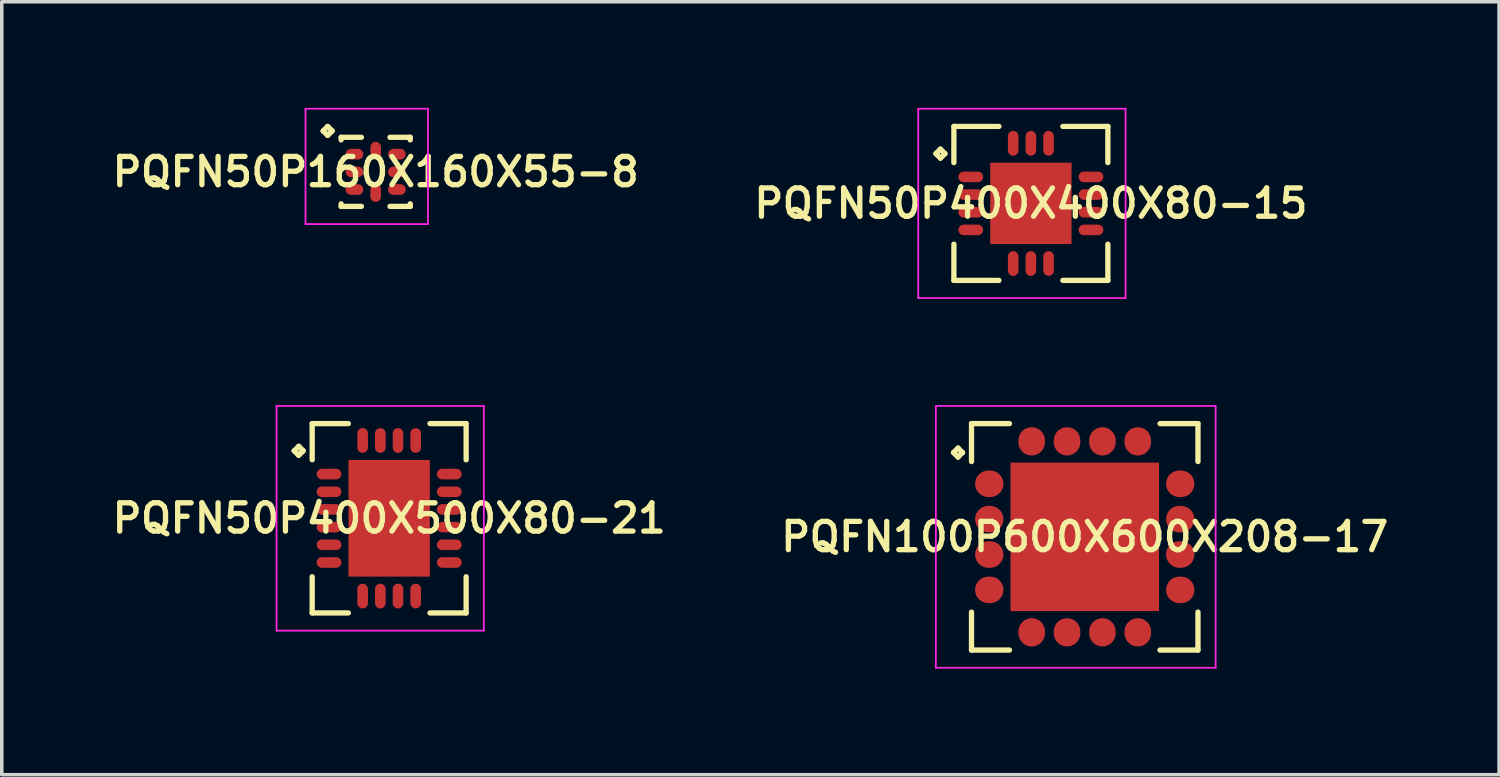
<source format=kicad_pcb>
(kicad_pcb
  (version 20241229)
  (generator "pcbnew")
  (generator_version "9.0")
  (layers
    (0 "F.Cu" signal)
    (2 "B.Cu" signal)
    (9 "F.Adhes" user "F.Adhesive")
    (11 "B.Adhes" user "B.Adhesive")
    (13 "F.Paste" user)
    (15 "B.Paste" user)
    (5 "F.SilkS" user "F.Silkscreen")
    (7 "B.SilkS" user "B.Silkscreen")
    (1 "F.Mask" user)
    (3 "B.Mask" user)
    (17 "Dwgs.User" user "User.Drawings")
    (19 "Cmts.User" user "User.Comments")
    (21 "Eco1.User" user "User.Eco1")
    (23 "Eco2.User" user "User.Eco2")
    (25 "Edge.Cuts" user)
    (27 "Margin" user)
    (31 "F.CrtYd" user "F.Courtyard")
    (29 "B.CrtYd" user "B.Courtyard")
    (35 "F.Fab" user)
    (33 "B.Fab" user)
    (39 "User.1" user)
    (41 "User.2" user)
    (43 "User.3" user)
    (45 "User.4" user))
  (footprint "PQFN50P400X500X80-21"
    (layer "F.Cu")
    (at 7.955 11.606)
    (property "Reference" "PQFN50P400X500X80-21" (at 0 0 0) (layer "F.SilkS") (effects (font (size 0.8 0.8) (thickness 0.15))))
    (attr smd)
    (fp_line (start -2.685 -1.908) (end -2.558 -2.035) (stroke (width 0.15) (type solid)) (layer "F.SilkS"))
    (fp_line (start -2.558 -2.035) (end -2.431 -1.908) (stroke (width 0.15) (type solid)) (layer "F.SilkS"))
    (fp_line (start -2.558 -1.781) (end -2.685 -1.908) (stroke (width 0.15) (type solid)) (layer "F.SilkS"))
    (fp_line (start -2.431 -1.908) (end -2.558 -1.781) (stroke (width 0.15) (type solid)) (layer "F.SilkS"))
    (fp_line (start -2.177 -2.677) (end -1.154 -2.677) (stroke (width 0.15) (type solid)) (layer "F.SilkS"))
    (fp_line (start -2.177 -1.654) (end -2.177 -2.677) (stroke (width 0.15) (type solid)) (layer "F.SilkS"))
    (fp_line (start -2.177 1.654) (end -2.177 2.677) (stroke (width 0.15) (type solid)) (layer "F.SilkS"))
    (fp_line (start -2.177 2.677) (end -1.154 2.677) (stroke (width 0.15) (type solid)) (layer "F.SilkS"))
    (fp_line (start 1.154 -2.677) (end 2.177 -2.677) (stroke (width 0.15) (type solid)) (layer "F.SilkS"))
    (fp_line (start 1.154 2.677) (end 2.177 2.677) (stroke (width 0.15) (type solid)) (layer "F.SilkS"))
    (fp_line (start 2.177 -2.677) (end 2.177 -1.654) (stroke (width 0.15) (type solid)) (layer "F.SilkS"))
    (fp_line (start 2.177 2.677) (end 2.177 1.654) (stroke (width 0.15) (type solid)) (layer "F.SilkS"))
    (fp_line (start -3.185 -3.177) (end 2.677 -3.177) (stroke (width 0.05) (type solid)) (layer "F.CrtYd"))
    (fp_line (start -3.185 3.177) (end -3.185 -3.177) (stroke (width 0.05) (type solid)) (layer "F.CrtYd"))
    (fp_line (start 2.677 -3.177) (end 2.677 3.177) (stroke (width 0.05) (type solid)) (layer "F.CrtYd"))
    (fp_line (start 2.677 3.177) (end -3.185 3.177) (stroke (width 0.05) (type solid)) (layer "F.CrtYd"))
    (pad "1" smd oval (at -1.7 -1.25) (size 0.7 0.3) (layers "F.Cu" "F.Mask" "F.Paste"))
    (pad "2" smd oval (at -1.7 -0.75) (size 0.7 0.3) (layers "F.Cu" "F.Mask" "F.Paste"))
    (pad "3" smd oval (at -1.7 -0.25) (size 0.7 0.3) (layers "F.Cu" "F.Mask" "F.Paste"))
    (pad "4" smd oval (at -1.7 0.25) (size 0.7 0.3) (layers "F.Cu" "F.Mask" "F.Paste"))
    (pad "5" smd oval (at -1.7 0.75) (size 0.7 0.3) (layers "F.Cu" "F.Mask" "F.Paste"))
    (pad "6" smd oval (at -1.7 1.25) (size 0.7 0.3) (layers "F.Cu" "F.Mask" "F.Paste"))
    (pad "7" smd oval (at -0.75 2.2) (size 0.3 0.7) (layers "F.Cu" "F.Mask" "F.Paste"))
    (pad "8" smd oval (at -0.25 2.2) (size 0.3 0.7) (layers "F.Cu" "F.Mask" "F.Paste"))
    (pad "9" smd oval (at 0.25 2.2) (size 0.3 0.7) (layers "F.Cu" "F.Mask" "F.Paste"))
    (pad "10" smd oval (at 0.75 2.2) (size 0.3 0.7) (layers "F.Cu" "F.Mask" "F.Paste"))
    (pad "11" smd oval (at 1.7 1.25) (size 0.7 0.3) (layers "F.Cu" "F.Mask" "F.Paste"))
    (pad "12" smd oval (at 1.7 0.75) (size 0.7 0.3) (layers "F.Cu" "F.Mask" "F.Paste"))
    (pad "13" smd oval (at 1.7 0.25) (size 0.7 0.3) (layers "F.Cu" "F.Mask" "F.Paste"))
    (pad "14" smd oval (at 1.7 -0.25) (size 0.7 0.3) (layers "F.Cu" "F.Mask" "F.Paste"))
    (pad "15" smd oval (at 1.7 -0.75) (size 0.7 0.3) (layers "F.Cu" "F.Mask" "F.Paste"))
    (pad "16" smd oval (at 1.7 -1.25) (size 0.7 0.3) (layers "F.Cu" "F.Mask" "F.Paste"))
    (pad "17" smd oval (at 0.75 -2.2) (size 0.3 0.7) (layers "F.Cu" "F.Mask" "F.Paste"))
    (pad "18" smd oval (at 0.25 -2.2) (size 0.3 0.7) (layers "F.Cu" "F.Mask" "F.Paste"))
    (pad "19" smd oval (at -0.25 -2.2) (size 0.3 0.7) (layers "F.Cu" "F.Mask" "F.Paste"))
    (pad "20" smd oval (at -0.75 -2.2) (size 0.3 0.7) (layers "F.Cu" "F.Mask" "F.Paste"))
    (pad "21" smd rect (at 0 0) (size 2.3 3.3) (layers "F.Cu" "F.Mask" "F.Paste")))
  (footprint "PQFN50P400X400X80-15"
    (layer "F.Cu")
    (at 26.102 2.702)
    (property "Reference" "PQFN50P400X400X80-15" (at 0 0 0) (layer "F.SilkS") (effects (font (size 0.8 0.8) (thickness 0.15))))
    (attr smd)
    (fp_line (start -2.685 -1.408) (end -2.558 -1.535) (stroke (width 0.15) (type solid)) (layer "F.SilkS"))
    (fp_line (start -2.558 -1.535) (end -2.431 -1.408) (stroke (width 0.15) (type solid)) (layer "F.SilkS"))
    (fp_line (start -2.558 -1.281) (end -2.685 -1.408) (stroke (width 0.15) (type solid)) (layer "F.SilkS"))
    (fp_line (start -2.431 -1.408) (end -2.558 -1.281) (stroke (width 0.15) (type solid)) (layer "F.SilkS"))
    (fp_line (start -2.177 -2.177) (end -0.904 -2.177) (stroke (width 0.15) (type solid)) (layer "F.SilkS"))
    (fp_line (start -2.177 -1.154) (end -2.177 -2.177) (stroke (width 0.15) (type solid)) (layer "F.SilkS"))
    (fp_line (start -2.177 1.154) (end -2.177 2.177) (stroke (width 0.15) (type solid)) (layer "F.SilkS"))
    (fp_line (start -2.177 2.177) (end -0.904 2.177) (stroke (width 0.15) (type solid)) (layer "F.SilkS"))
    (fp_line (start 0.904 -2.177) (end 2.177 -2.177) (stroke (width 0.15) (type solid)) (layer "F.SilkS"))
    (fp_line (start 0.904 2.177) (end 2.177 2.177) (stroke (width 0.15) (type solid)) (layer "F.SilkS"))
    (fp_line (start 2.177 -2.177) (end 2.177 -1.154) (stroke (width 0.15) (type solid)) (layer "F.SilkS"))
    (fp_line (start 2.177 2.177) (end 2.177 1.154) (stroke (width 0.15) (type solid)) (layer "F.SilkS"))
    (fp_line (start -3.185 -2.677) (end 2.677 -2.677) (stroke (width 0.05) (type solid)) (layer "F.CrtYd"))
    (fp_line (start -3.185 2.677) (end -3.185 -2.677) (stroke (width 0.05) (type solid)) (layer "F.CrtYd"))
    (fp_line (start 2.677 -2.677) (end 2.677 2.677) (stroke (width 0.05) (type solid)) (layer "F.CrtYd"))
    (fp_line (start 2.677 2.677) (end -3.185 2.677) (stroke (width 0.05) (type solid)) (layer "F.CrtYd"))
    (pad "1" smd oval (at -1.7 -0.75) (size 0.7 0.3) (layers "F.Cu" "F.Mask" "F.Paste"))
    (pad "2" smd oval (at -1.7 -0.25) (size 0.7 0.3) (layers "F.Cu" "F.Mask" "F.Paste"))
    (pad "3" smd oval (at -1.7 0.25) (size 0.7 0.3) (layers "F.Cu" "F.Mask" "F.Paste"))
    (pad "4" smd oval (at -1.7 0.75) (size 0.7 0.3) (layers "F.Cu" "F.Mask" "F.Paste"))
    (pad "5" smd oval (at -0.5 1.7) (size 0.3 0.7) (layers "F.Cu" "F.Mask" "F.Paste"))
    (pad "6" smd oval (at 0 1.7) (size 0.3 0.7) (layers "F.Cu" "F.Mask" "F.Paste"))
    (pad "7" smd oval (at 0.5 1.7) (size 0.3 0.7) (layers "F.Cu" "F.Mask" "F.Paste"))
    (pad "8" smd oval (at 1.7 0.75) (size 0.7 0.3) (layers "F.Cu" "F.Mask" "F.Paste"))
    (pad "9" smd oval (at 1.7 0.25) (size 0.7 0.3) (layers "F.Cu" "F.Mask" "F.Paste"))
    (pad "10" smd oval (at 1.7 -0.25) (size 0.7 0.3) (layers "F.Cu" "F.Mask" "F.Paste"))
    (pad "11" smd oval (at 1.7 -0.75) (size 0.7 0.3) (layers "F.Cu" "F.Mask" "F.Paste"))
    (pad "12" smd oval (at 0.5 -1.7) (size 0.3 0.7) (layers "F.Cu" "F.Mask" "F.Paste"))
    (pad "13" smd oval (at 0 -1.7) (size 0.3 0.7) (layers "F.Cu" "F.Mask" "F.Paste"))
    (pad "14" smd oval (at -0.5 -1.7) (size 0.3 0.7) (layers "F.Cu" "F.Mask" "F.Paste"))
    (pad "15" smd rect (at 0 0) (size 2.3 2.3) (layers "F.Cu" "F.Mask" "F.Paste")))
  (footprint "PQFN50P160X160X55-8"
    (layer "F.Cu")
    (at 7.574 1.81)
    (property "Reference" "PQFN50P160X160X55-8" (at 0 0 0) (layer "F.SilkS") (effects (font (size 0.8 0.8) (thickness 0.15))))
    (attr smd)
    (fp_line (start -1.485 -1.158) (end -1.358 -1.285) (stroke (width 0.15) (type solid)) (layer "F.SilkS"))
    (fp_line (start -1.358 -1.285) (end -1.231 -1.158) (stroke (width 0.15) (type solid)) (layer "F.SilkS"))
    (fp_line (start -1.358 -1.031) (end -1.485 -1.158) (stroke (width 0.15) (type solid)) (layer "F.SilkS"))
    (fp_line (start -1.231 -1.158) (end -1.358 -1.031) (stroke (width 0.15) (type solid)) (layer "F.SilkS"))
    (fp_line (start -0.977 -0.977) (end -0.404 -0.977) (stroke (width 0.15) (type solid)) (layer "F.SilkS"))
    (fp_line (start -0.977 -0.904) (end -0.977 -0.977) (stroke (width 0.15) (type solid)) (layer "F.SilkS"))
    (fp_line (start -0.977 0.904) (end -0.977 0.977) (stroke (width 0.15) (type solid)) (layer "F.SilkS"))
    (fp_line (start -0.977 0.977) (end -0.404 0.977) (stroke (width 0.15) (type solid)) (layer "F.SilkS"))
    (fp_line (start 0.404 -0.977) (end 0.977 -0.977) (stroke (width 0.15) (type solid)) (layer "F.SilkS"))
    (fp_line (start 0.404 0.977) (end 0.977 0.977) (stroke (width 0.15) (type solid)) (layer "F.SilkS"))
    (fp_line (start 0.977 -0.977) (end 0.977 -0.904) (stroke (width 0.15) (type solid)) (layer "F.SilkS"))
    (fp_line (start 0.977 0.977) (end 0.977 0.904) (stroke (width 0.15) (type solid)) (layer "F.SilkS"))
    (fp_line (start -1.985 -1.785) (end 1.477 -1.785) (stroke (width 0.05) (type solid)) (layer "F.CrtYd"))
    (fp_line (start -1.985 1.477) (end -1.985 -1.785) (stroke (width 0.05) (type solid)) (layer "F.CrtYd"))
    (fp_line (start 1.477 -1.785) (end 1.477 1.477) (stroke (width 0.05) (type solid)) (layer "F.CrtYd"))
    (fp_line (start 1.477 1.477) (end -1.985 1.477) (stroke (width 0.05) (type solid)) (layer "F.CrtYd"))
    (pad "1" smd oval (at -0.6 -0.5) (size 0.5 0.3) (layers "F.Cu" "F.Mask" "F.Paste"))
    (pad "2" smd oval (at -0.6 0) (size 0.5 0.3) (layers "F.Cu" "F.Mask" "F.Paste"))
    (pad "3" smd oval (at -0.6 0.5) (size 0.5 0.3) (layers "F.Cu" "F.Mask" "F.Paste"))
    (pad "4" smd oval (at 0 0.6) (size 0.3 0.5) (layers "F.Cu" "F.Mask" "F.Paste"))
    (pad "5" smd oval (at 0.6 0.5) (size 0.5 0.3) (layers "F.Cu" "F.Mask" "F.Paste"))
    (pad "6" smd oval (at 0.6 0) (size 0.5 0.3) (layers "F.Cu" "F.Mask" "F.Paste"))
    (pad "7" smd oval (at 0.6 -0.5) (size 0.5 0.3) (layers "F.Cu" "F.Mask" "F.Paste"))
    (pad "8" smd oval (at 0 -0.6) (size 0.3 0.5) (layers "F.Cu" "F.Mask" "F.Paste")))
  (footprint "PQFN100P600X600X208-17"
    (layer "F.Cu")
    (at 27.625 12.131)
    (property "Reference" "PQFN100P600X600X208-17" (at 0 0 0) (layer "F.SilkS") (effects (font (size 0.8 0.8) (thickness 0.15))))
    (attr smd)
    (fp_line (start -3.71 -2.383) (end -3.583 -2.51) (stroke (width 0.15) (type solid)) (layer "F.SilkS"))
    (fp_line (start -3.583 -2.51) (end -3.456 -2.383) (stroke (width 0.15) (type solid)) (layer "F.SilkS"))
    (fp_line (start -3.583 -2.256) (end -3.71 -2.383) (stroke (width 0.15) (type solid)) (layer "F.SilkS"))
    (fp_line (start -3.456 -2.383) (end -3.583 -2.256) (stroke (width 0.15) (type solid)) (layer "F.SilkS"))
    (fp_line (start -3.202 -3.202) (end -2.129 -3.202) (stroke (width 0.15) (type solid)) (layer "F.SilkS"))
    (fp_line (start -3.202 -2.129) (end -3.202 -3.202) (stroke (width 0.15) (type solid)) (layer "F.SilkS"))
    (fp_line (start -3.202 2.129) (end -3.202 3.202) (stroke (width 0.15) (type solid)) (layer "F.SilkS"))
    (fp_line (start -3.202 3.202) (end -2.129 3.202) (stroke (width 0.15) (type solid)) (layer "F.SilkS"))
    (fp_line (start 2.129 -3.202) (end 3.202 -3.202) (stroke (width 0.15) (type solid)) (layer "F.SilkS"))
    (fp_line (start 2.129 3.202) (end 3.202 3.202) (stroke (width 0.15) (type solid)) (layer "F.SilkS"))
    (fp_line (start 3.202 -3.202) (end 3.202 -2.129) (stroke (width 0.15) (type solid)) (layer "F.SilkS"))
    (fp_line (start 3.202 3.202) (end 3.202 2.129) (stroke (width 0.15) (type solid)) (layer "F.SilkS"))
    (fp_line (start -4.21 -3.702) (end 3.702 -3.702) (stroke (width 0.05) (type solid)) (layer "F.CrtYd"))
    (fp_line (start -4.21 3.702) (end -4.21 -3.702) (stroke (width 0.05) (type solid)) (layer "F.CrtYd"))
    (fp_line (start 3.702 -3.702) (end 3.702 3.702) (stroke (width 0.05) (type solid)) (layer "F.CrtYd"))
    (fp_line (start 3.702 3.702) (end -4.21 3.702) (stroke (width 0.05) (type solid)) (layer "F.CrtYd"))
    (pad "1" smd oval (at -2.7 -1.5) (size 0.8 0.75) (layers "F.Cu" "F.Mask" "F.Paste"))
    (pad "2" smd oval (at -2.7 -0.5) (size 0.8 0.75) (layers "F.Cu" "F.Mask" "F.Paste"))
    (pad "3" smd oval (at -2.7 0.5) (size 0.8 0.75) (layers "F.Cu" "F.Mask" "F.Paste"))
    (pad "4" smd oval (at -2.7 1.5) (size 0.8 0.75) (layers "F.Cu" "F.Mask" "F.Paste"))
    (pad "5" smd oval (at -1.5 2.7) (size 0.75 0.8) (layers "F.Cu" "F.Mask" "F.Paste"))
    (pad "6" smd oval (at -0.5 2.7) (size 0.75 0.8) (layers "F.Cu" "F.Mask" "F.Paste"))
    (pad "7" smd oval (at 0.5 2.7) (size 0.75 0.8) (layers "F.Cu" "F.Mask" "F.Paste"))
    (pad "8" smd oval (at 1.5 2.7) (size 0.75 0.8) (layers "F.Cu" "F.Mask" "F.Paste"))
    (pad "9" smd oval (at 2.7 1.5) (size 0.8 0.75) (layers "F.Cu" "F.Mask" "F.Paste"))
    (pad "10" smd oval (at 2.7 0.5) (size 0.8 0.75) (layers "F.Cu" "F.Mask" "F.Paste"))
    (pad "11" smd oval (at 2.7 -0.5) (size 0.8 0.75) (layers "F.Cu" "F.Mask" "F.Paste"))
    (pad "12" smd oval (at 2.7 -1.5) (size 0.8 0.75) (layers "F.Cu" "F.Mask" "F.Paste"))
    (pad "13" smd oval (at 1.5 -2.7) (size 0.75 0.8) (layers "F.Cu" "F.Mask" "F.Paste"))
    (pad "14" smd oval (at 0.5 -2.7) (size 0.75 0.8) (layers "F.Cu" "F.Mask" "F.Paste"))
    (pad "15" smd oval (at -0.5 -2.7) (size 0.75 0.8) (layers "F.Cu" "F.Mask" "F.Paste"))
    (pad "16" smd oval (at -1.5 -2.7) (size 0.75 0.8) (layers "F.Cu" "F.Mask" "F.Paste"))
    (pad "17" smd rect (at 0 0) (size 4.2 4.2) (layers "F.Cu" "F.Mask" "F.Paste")))
  (gr_rect
    (start -3 -3)
    (end 39.342 18.858)
    (stroke (width 0.1) (type default))
    (fill no)
    (layer "Edge.Cuts")))
</source>
